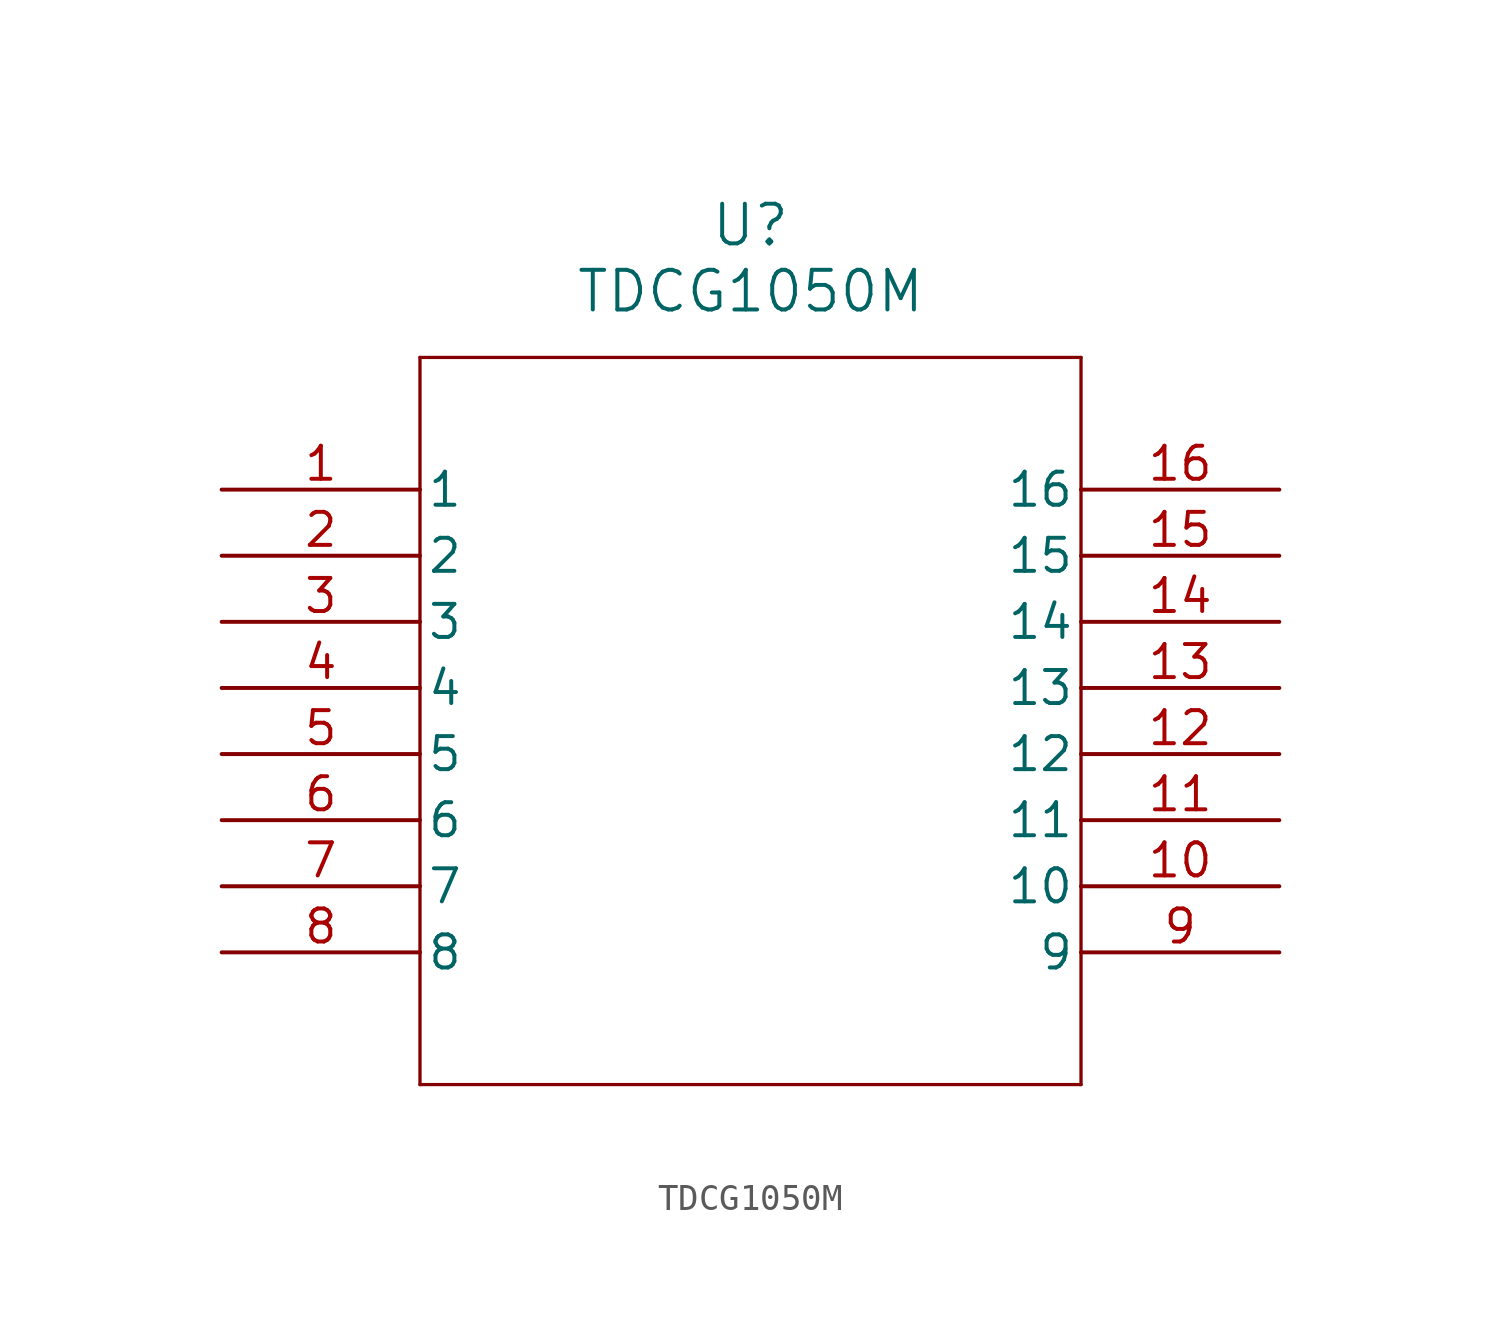
<source format=kicad_sym>
(kicad_symbol_lib
  (version 20211014)
  (generator kicad_symbol_editor)
  (symbol "TDCG1050M"
    (pin_names
      (offset 0.254))
    (property "Reference" "U"
      (at 20.32 10.16 0)
      (effects (font (size 1.524 1.524))))
    (property "Value" "TDCG1050M"
      (at 20.32 7.62 0)
      (effects (font (size 1.524 1.524))))
    (polyline
      (pts (xy 7.62 5.08) (xy 7.62 -22.86))
      (stroke (width 0.127) (type default) (color 0 0 0 0))
      (fill (type none)))
    (polyline
      (pts (xy 7.62 -22.86) (xy 33.02 -22.86))
      (stroke (width 0.127) (type default) (color 0 0 0 0))
      (fill (type none)))
    (polyline
      (pts (xy 33.02 -22.86) (xy 33.02 5.08))
      (stroke (width 0.127) (type default) (color 0 0 0 0))
      (fill (type none)))
    (polyline
      (pts (xy 33.02 5.08) (xy 7.62 5.08))
      (stroke (width 0.127) (type default) (color 0 0 0 0))
      (fill (type none)))
    (pin unspecified line
      (at 0 0 0)
      (length 7.62)
      (name "1" (effects (font (size 1.27 1.27))))
      (number "1" (effects (font (size 1.27 1.27)))))
    (pin unspecified line
      (at 0 -2.54 0)
      (length 7.62)
      (name "2" (effects (font (size 1.27 1.27))))
      (number "2" (effects (font (size 1.27 1.27)))))
    (pin unspecified line
      (at 0 -5.08 0)
      (length 7.62)
      (name "3" (effects (font (size 1.27 1.27))))
      (number "3" (effects (font (size 1.27 1.27)))))
    (pin unspecified line
      (at 0 -7.62 0)
      (length 7.62)
      (name "4" (effects (font (size 1.27 1.27))))
      (number "4" (effects (font (size 1.27 1.27)))))
    (pin unspecified line
      (at 0 -10.16 0)
      (length 7.62)
      (name "5" (effects (font (size 1.27 1.27))))
      (number "5" (effects (font (size 1.27 1.27)))))
    (pin unspecified line
      (at 0 -12.7 0)
      (length 7.62)
      (name "6" (effects (font (size 1.27 1.27))))
      (number "6" (effects (font (size 1.27 1.27)))))
    (pin unspecified line
      (at 0 -15.24 0)
      (length 7.62)
      (name "7" (effects (font (size 1.27 1.27))))
      (number "7" (effects (font (size 1.27 1.27)))))
    (pin unspecified line
      (at 0 -17.78 0)
      (length 7.62)
      (name "8" (effects (font (size 1.27 1.27))))
      (number "8" (effects (font (size 1.27 1.27)))))
    (pin unspecified line
      (at 40.64 -17.78 180)
      (length 7.62)
      (name "9" (effects (font (size 1.27 1.27))))
      (number "9" (effects (font (size 1.27 1.27)))))
    (pin unspecified line
      (at 40.64 -15.24 180)
      (length 7.62)
      (name "10" (effects (font (size 1.27 1.27))))
      (number "10" (effects (font (size 1.27 1.27)))))
    (pin unspecified line
      (at 40.64 -12.7 180)
      (length 7.62)
      (name "11" (effects (font (size 1.27 1.27))))
      (number "11" (effects (font (size 1.27 1.27)))))
    (pin unspecified line
      (at 40.64 -10.16 180)
      (length 7.62)
      (name "12" (effects (font (size 1.27 1.27))))
      (number "12" (effects (font (size 1.27 1.27)))))
    (pin unspecified line
      (at 40.64 -7.62 180)
      (length 7.62)
      (name "13" (effects (font (size 1.27 1.27))))
      (number "13" (effects (font (size 1.27 1.27)))))
    (pin unspecified line
      (at 40.64 -5.08 180)
      (length 7.62)
      (name "14" (effects (font (size 1.27 1.27))))
      (number "14" (effects (font (size 1.27 1.27)))))
    (pin unspecified line
      (at 40.64 -2.54 180)
      (length 7.62)
      (name "15" (effects (font (size 1.27 1.27))))
      (number "15" (effects (font (size 1.27 1.27)))))
    (pin unspecified line
      (at 40.64 0 180)
      (length 7.62)
      (name "16" (effects (font (size 1.27 1.27))))
      (number "16" (effects (font (size 1.27 1.27)))))))
</source>
